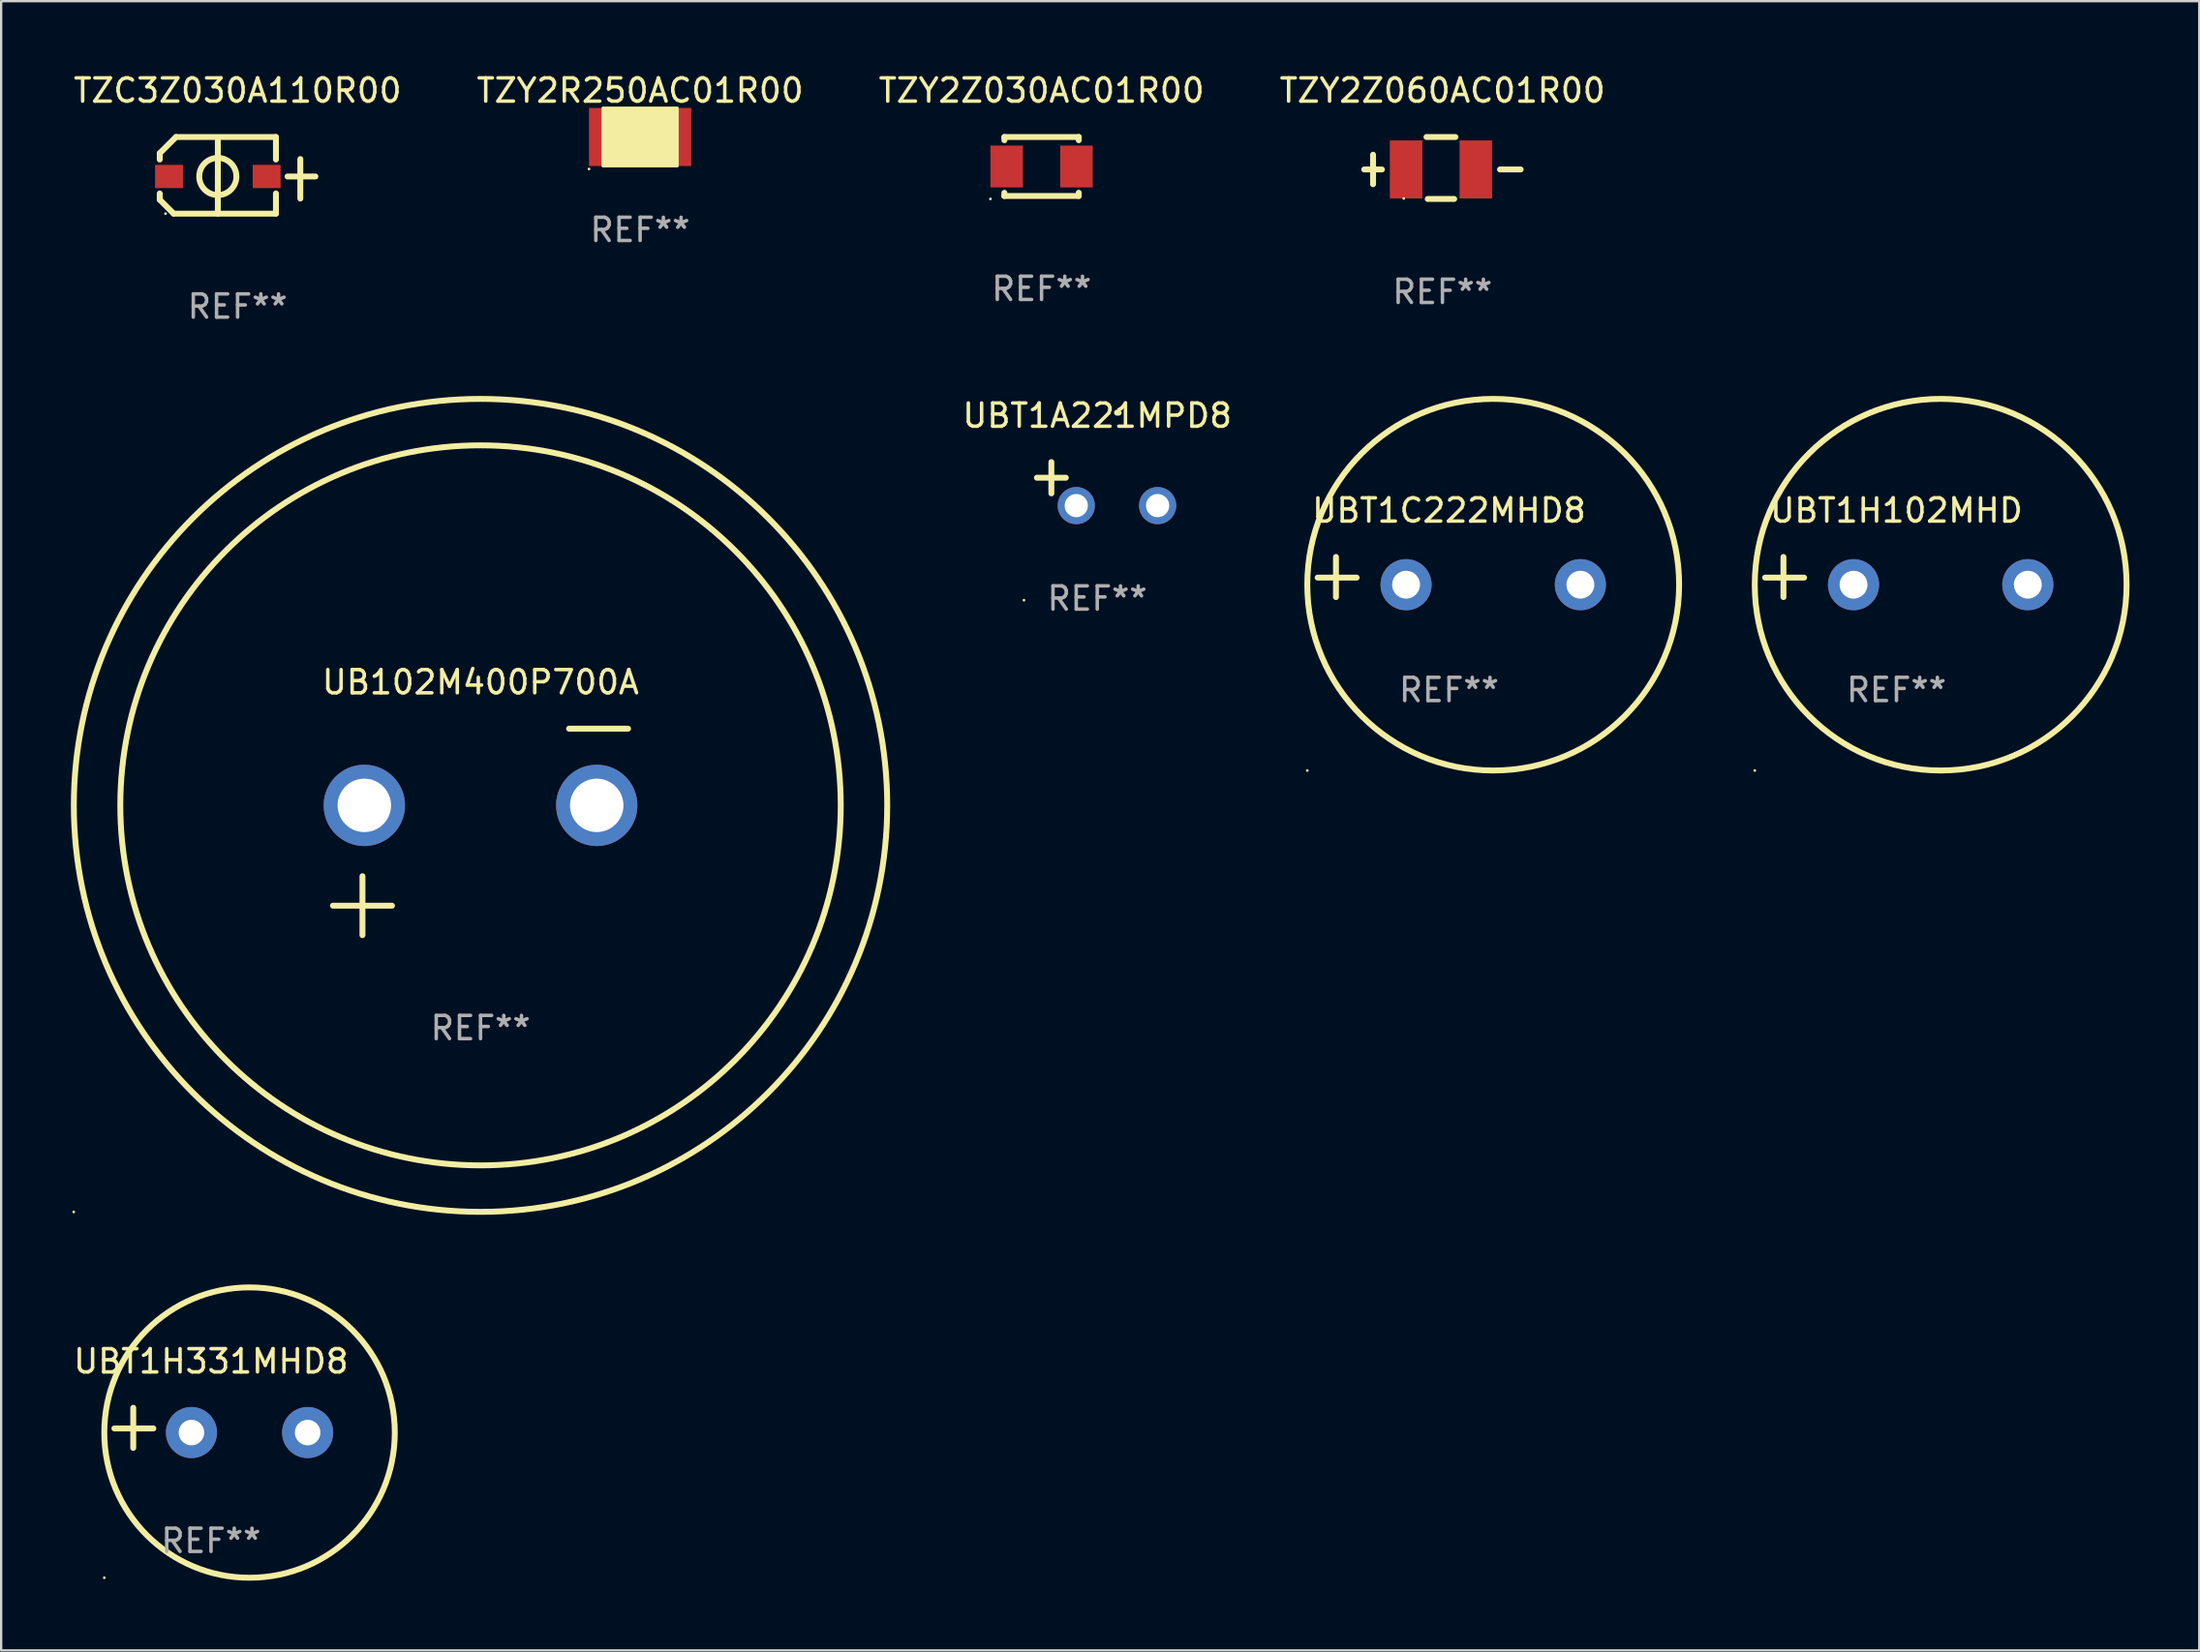
<source format=kicad_pcb>
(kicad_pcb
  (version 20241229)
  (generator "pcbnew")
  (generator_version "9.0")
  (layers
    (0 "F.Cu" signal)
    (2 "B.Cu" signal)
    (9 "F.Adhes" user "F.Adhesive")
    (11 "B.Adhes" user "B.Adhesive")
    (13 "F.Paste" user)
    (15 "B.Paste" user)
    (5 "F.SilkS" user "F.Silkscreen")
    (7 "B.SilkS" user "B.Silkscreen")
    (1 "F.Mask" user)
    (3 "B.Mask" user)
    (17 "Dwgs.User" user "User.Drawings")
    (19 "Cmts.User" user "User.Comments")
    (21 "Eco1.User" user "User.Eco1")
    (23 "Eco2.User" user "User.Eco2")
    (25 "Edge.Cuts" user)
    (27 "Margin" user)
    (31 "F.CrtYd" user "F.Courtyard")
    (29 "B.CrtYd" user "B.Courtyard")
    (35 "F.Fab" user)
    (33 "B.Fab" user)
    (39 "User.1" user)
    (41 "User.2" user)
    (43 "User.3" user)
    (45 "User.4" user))
  (footprint "UB102M400P700A"
    (layer "F.Cu")
    (at 17.627 32.767)
    (property "Reference" "UB102M400P700A" (at 0 -6.445 0) (layer "F.SilkS") (effects (font (size 1 1) (thickness 0.15))))
    (attr through_hole)
    (fp_line (start -6.35 3.175) (end -3.81 3.175) (stroke (width 0.254) (type solid)) (layer "F.SilkS"))
    (fp_line (start -5.08 1.905) (end -5.08 4.445) (stroke (width 0.254) (type solid)) (layer "F.SilkS"))
    (fp_line (start 3.81 -4.445) (end 6.35 -4.445) (stroke (width 0.254) (type solid)) (layer "F.SilkS"))
    (fp_circle (center -17.505 16.362) (end -17.475 16.362) (stroke (width 0.06) (type solid)) (fill no) (layer "F.SilkS"))
    (fp_circle (center 0 -1.143) (end 15.5 -1.143) (stroke (width 0.254) (type solid)) (fill no) (layer "F.SilkS"))
    (fp_circle (center 0 -1.143) (end 17.5 -1.143) (stroke (width 0.254) (type solid)) (fill no) (layer "F.SilkS"))
    (fp_text user "REF**" (at 0 8.445 0) (layer "F.Fab") (effects (font (size 1 1) (thickness 0.15))))
    (pad "1" thru_hole circle (at -5 -1.143) (size 3.5 3.5) (drill 2.3) (layers "*.Cu" "*.Mask"))
    (pad "2" thru_hole circle (at 5 -1.143) (size 3.5 3.5) (drill 2.3) (layers "*.Cu" "*.Mask")))
  (footprint "UBT1C222MHD8"
    (layer "F.Cu")
    (at 59.301 21.793)
    (property "Reference" "UBT1C222MHD8" (at 0 -2.864 0) (layer "F.SilkS") (effects (font (size 1 1) (thickness 0.15))))
    (attr through_hole)
    (fp_line (start -4.864 0.864) (end -4.864 -0.864) (stroke (width 0.254) (type solid)) (layer "F.SilkS"))
    (fp_line (start -3.975 0.025) (end -5.652 0.025) (stroke (width 0.254) (type solid)) (layer "F.SilkS"))
    (fp_circle (center -6.098 8.33) (end -6.068 8.33) (stroke (width 0.06) (type solid)) (fill no) (layer "F.SilkS"))
    (fp_circle (center 1.902 0.33) (end 9.902 0.33) (stroke (width 0.254) (type solid)) (fill no) (layer "F.SilkS"))
    (fp_text user "REF**" (at 0 4.864 0) (layer "F.Fab") (effects (font (size 1 1) (thickness 0.15))))
    (pad "1" thru_hole circle (at -1.848 0.33) (size 2.2 2.2) (drill 1.2) (layers "*.Cu" "*.Mask"))
    (pad "2" thru_hole circle (at 5.652 0.33) (size 2.2 2.2) (drill 1.2) (layers "*.Cu" "*.Mask")))
  (footprint "TZC3Z030A110R00"
    (layer "F.Cu")
    (at 7.173 4.498)
    (property "Reference" "TZC3Z030A110R00" (at 0 -3.65 0) (layer "F.SilkS") (effects (font (size 1 1) (thickness 0.15))))
    (attr through_hole)
    (fp_line (start -3.35 -0.681) (end -3.35 -0.95) (stroke (width 0.254) (type solid)) (layer "F.SilkS"))
    (fp_line (start -3.35 1.05) (end -3.35 0.781) (stroke (width 0.254) (type solid)) (layer "F.SilkS"))
    (fp_line (start -2.75 1.65) (end -3.35 1.05) (stroke (width 0.254) (type solid)) (layer "F.SilkS"))
    (fp_line (start -2.65 -1.65) (end -3.35 -0.95) (stroke (width 0.254) (type solid)) (layer "F.SilkS"))
    (fp_line (start -0.85 0.05) (end -0.85 -1.55) (stroke (width 0.254) (type solid)) (layer "F.SilkS"))
    (fp_line (start -0.85 0.05) (end -0.85 1.65) (stroke (width 0.254) (type solid)) (layer "F.SilkS"))
    (fp_line (start 1.65 -1.65) (end -2.65 -1.65) (stroke (width 0.254) (type solid)) (layer "F.SilkS"))
    (fp_line (start 1.65 -0.681) (end 1.65 -1.65) (stroke (width 0.254) (type solid)) (layer "F.SilkS"))
    (fp_line (start 1.65 1.65) (end -2.75 1.65) (stroke (width 0.254) (type solid)) (layer "F.SilkS"))
    (fp_line (start 1.65 1.65) (end 1.65 0.781) (stroke (width 0.254) (type solid)) (layer "F.SilkS"))
    (fp_line (start 2.15 0.05) (end 3.35 0.05) (stroke (width 0.254) (type solid)) (layer "F.SilkS"))
    (fp_line (start 2.7 -0.7) (end 2.7 1) (stroke (width 0.254) (type solid)) (layer "F.SilkS"))
    (fp_circle (center -3.1 1.65) (end -3.07 1.65) (stroke (width 0.06) (type solid)) (fill no) (layer "F.SilkS"))
    (fp_circle (center -0.85 0.05) (end -0.05 0.05) (stroke (width 0.254) (type solid)) (fill no) (layer "F.SilkS"))
    (fp_text user "REF**" (at 0 5.65 0) (layer "F.Fab") (effects (font (size 1 1) (thickness 0.15))))
    (pad "1" smd rect (at -2.95 0.05 180) (size 1.2 1) (layers "F.Cu" "F.Mask" "F.Paste"))
    (pad "2" smd rect (at 1.25 0.05 180) (size 1.2 1) (layers "F.Cu" "F.Mask" "F.Paste")))
  (footprint "TZY2Z060AC01R00"
    (layer "F.Cu")
    (at 59.018 4.182)
    (property "Reference" "TZY2Z060AC01R00" (at 0 -3.334 0) (layer "F.SilkS") (effects (font (size 1 1) (thickness 0.15))))
    (attr through_hole)
    (fp_line (start -3.366 0.064) (end -2.604 0.064) (stroke (width 0.254) (type solid)) (layer "F.SilkS"))
    (fp_line (start -2.985 -0.572) (end -2.985 0.699) (stroke (width 0.254) (type solid)) (layer "F.SilkS"))
    (fp_line (start -0.686 -1.334) (end 0.559 -1.334) (stroke (width 0.254) (type solid)) (layer "F.SilkS"))
    (fp_line (start -0.633 1.334) (end 0.505 1.334) (stroke (width 0.254) (type solid)) (layer "F.SilkS"))
    (fp_line (start 2.477 0.064) (end 3.366 0.064) (stroke (width 0.254) (type solid)) (layer "F.SilkS"))
    (fp_circle (center -1.664 1.314) (end -1.634 1.314) (stroke (width 0.06) (type solid)) (fill no) (layer "F.SilkS"))
    (fp_text user "REF**" (at 0 5.334 0) (layer "F.Fab") (effects (font (size 1 1) (thickness 0.15))))
    (pad "1" smd rect (at -1.563 0.064) (size 1.4 2.5) (layers "F.Cu" "F.Mask" "F.Paste"))
    (pad "2" smd rect (at 1.437 0.064) (size 1.4 2.5) (layers "F.Cu" "F.Mask" "F.Paste")))
  (footprint "UBT1H102MHD"
    (layer "F.Cu")
    (at 78.555 21.793)
    (property "Reference" "UBT1H102MHD" (at 0 -2.864 0) (layer "F.SilkS") (effects (font (size 1 1) (thickness 0.15))))
    (attr through_hole)
    (fp_line (start -4.864 0.864) (end -4.864 -0.864) (stroke (width 0.254) (type solid)) (layer "F.SilkS"))
    (fp_line (start -3.975 0.025) (end -5.652 0.025) (stroke (width 0.254) (type solid)) (layer "F.SilkS"))
    (fp_circle (center -6.098 8.33) (end -6.068 8.33) (stroke (width 0.06) (type solid)) (fill no) (layer "F.SilkS"))
    (fp_circle (center 1.902 0.33) (end 9.902 0.33) (stroke (width 0.254) (type solid)) (fill no) (layer "F.SilkS"))
    (fp_text user "REF**" (at 0 4.864 0) (layer "F.Fab") (effects (font (size 1 1) (thickness 0.15))))
    (pad "1" thru_hole circle (at -1.848 0.33) (size 2.2 2.2) (drill 1.2) (layers "*.Cu" "*.Mask"))
    (pad "2" thru_hole circle (at 5.652 0.33) (size 2.2 2.2) (drill 1.2) (layers "*.Cu" "*.Mask")))
  (footprint "TZY2R250AC01R00"
    (layer "F.Cu")
    (at 24.494 2.848)
    (property "Reference" "TZY2R250AC01R00" (at 0 -2 0) (layer "F.SilkS") (effects (font (size 1 1) (thickness 0.15))))
    (attr through_hole)
    (fp_circle (center -2.2 1.377) (end -2.17 1.377) (stroke (width 0.06) (type solid)) (fill no) (layer "F.SilkS"))
    (fp_poly (pts (xy -1.6 -1.25) (xy 1.6 -1.25) (xy 1.6 1.25) (xy -1.6 1.25)) (stroke (width 0.12) (type solid)) (fill yes) (layer "F.SilkS"))
    (fp_text user "REF**" (at 0 4 0) (layer "F.Fab") (effects (font (size 1 1) (thickness 0.15))))
    (pad "1" smd rect (at -1.5 0) (size 1.4 2.5) (layers "F.Cu" "F.Mask" "F.Paste"))
    (pad "2" smd rect (at 1.5 0) (size 1.4 2.5) (layers "F.Cu" "F.Mask" "F.Paste")))
  (footprint "TZY2Z030AC01R00"
    (layer "F.Cu")
    (at 41.768 4.118)
    (property "Reference" "TZY2Z030AC01R00" (at 0 -3.27 0) (layer "F.SilkS") (effects (font (size 1 1) (thickness 0.15))))
    (attr through_hole)
    (fp_line (start -1.6 -1.27) (end -1.6 -1.131) (stroke (width 0.254) (type solid)) (layer "F.SilkS"))
    (fp_line (start -1.6 -1.27) (end 1.6 -1.27) (stroke (width 0.254) (type solid)) (layer "F.SilkS"))
    (fp_line (start -1.6 1.131) (end -1.6 1.27) (stroke (width 0.254) (type solid)) (layer "F.SilkS"))
    (fp_line (start -1.6 1.27) (end 1.6 1.27) (stroke (width 0.254) (type solid)) (layer "F.SilkS"))
    (fp_line (start 1.6 -1.27) (end 1.6 -1.131) (stroke (width 0.254) (type solid)) (layer "F.SilkS"))
    (fp_line (start 1.6 1.131) (end 1.6 1.27) (stroke (width 0.254) (type solid)) (layer "F.SilkS"))
    (fp_circle (center -2.2 1.397) (end -2.17 1.397) (stroke (width 0.06) (type solid)) (fill no) (layer "F.SilkS"))
    (fp_text user "REF**" (at 0 5.27 0) (layer "F.Fab") (effects (font (size 1 1) (thickness 0.15))))
    (pad "1" smd rect (at -1.5 0) (size 1.4 1.8) (layers "F.Cu" "F.Mask" "F.Paste"))
    (pad "2" smd rect (at 1.5 0) (size 1.4 1.8) (layers "F.Cu" "F.Mask" "F.Paste")))
  (footprint "UBT1H331MHD8"
    (layer "F.Cu")
    (at 6.03 58.424)
    (property "Reference" "UBT1H331MHD8" (at 0 -2.864 0) (layer "F.SilkS") (effects (font (size 1 1) (thickness 0.15))))
    (attr through_hole)
    (fp_line (start -3.346 0.864) (end -3.346 -0.864) (stroke (width 0.254) (type solid)) (layer "F.SilkS"))
    (fp_line (start -2.482 0.025) (end -4.158 0.025) (stroke (width 0.254) (type solid)) (layer "F.SilkS"))
    (fp_circle (center -4.592 6.453) (end -4.562 6.453) (stroke (width 0.06) (type solid)) (fill no) (layer "F.SilkS"))
    (fp_circle (center 1.658 0.203) (end 7.908 0.203) (stroke (width 0.254) (type solid)) (fill no) (layer "F.SilkS"))
    (fp_text user "REF**" (at 0 4.864 0) (layer "F.Fab") (effects (font (size 1 1) (thickness 0.15))))
    (pad "1" thru_hole circle (at -0.842 0.203) (size 2.2 2.2) (drill 1.1) (layers "*.Cu" "*.Mask"))
    (pad "2" thru_hole circle (at 4.158 0.203) (size 2.2 2.2) (drill 1.1) (layers "*.Cu" "*.Mask")))
  (footprint "UBT1A221MPD8"
    (layer "F.Cu")
    (at 44.165 17.781)
    (property "Reference" "UBT1A221MPD8" (at 0 -2.937 0) (layer "F.SilkS") (effects (font (size 1 1) (thickness 0.15))))
    (attr through_hole)
    (fp_line (start -1.975 0.41) (end -1.975 -0.937) (stroke (width 0.254) (type solid)) (layer "F.SilkS"))
    (fp_line (start -1.353 -0.263) (end -2.597 -0.263) (stroke (width 0.254) (type solid)) (layer "F.SilkS"))
    (fp_arc (start 0.849809 -3.063957) (mid 0.885369 -3.064114) (end 0.920929 -3.063957) (stroke (width 0.254001) (type solid)) (layer "F.SilkS"))
    (fp_circle (center -3.154 5.008) (end -3.124 5.008) (stroke (width 0.06) (type solid)) (fill no) (layer "F.SilkS"))
    (fp_text user "REF**" (at 0 4.937 0) (layer "F.Fab") (effects (font (size 1 1) (thickness 0.15))))
    (pad "1" thru_hole circle (at -0.903 0.937) (size 1.6 1.6) (drill 1) (layers "*.Cu" "*.Mask"))
    (pad "2" thru_hole circle (at 2.597 0.937) (size 1.6 1.6) (drill 1) (layers "*.Cu" "*.Mask")))
  (gr_rect
    (start -3 -3)
    (end 91.584 68.005)
    (stroke (width 0.1) (type default))
    (fill no)
    (layer "Edge.Cuts")))
</source>
